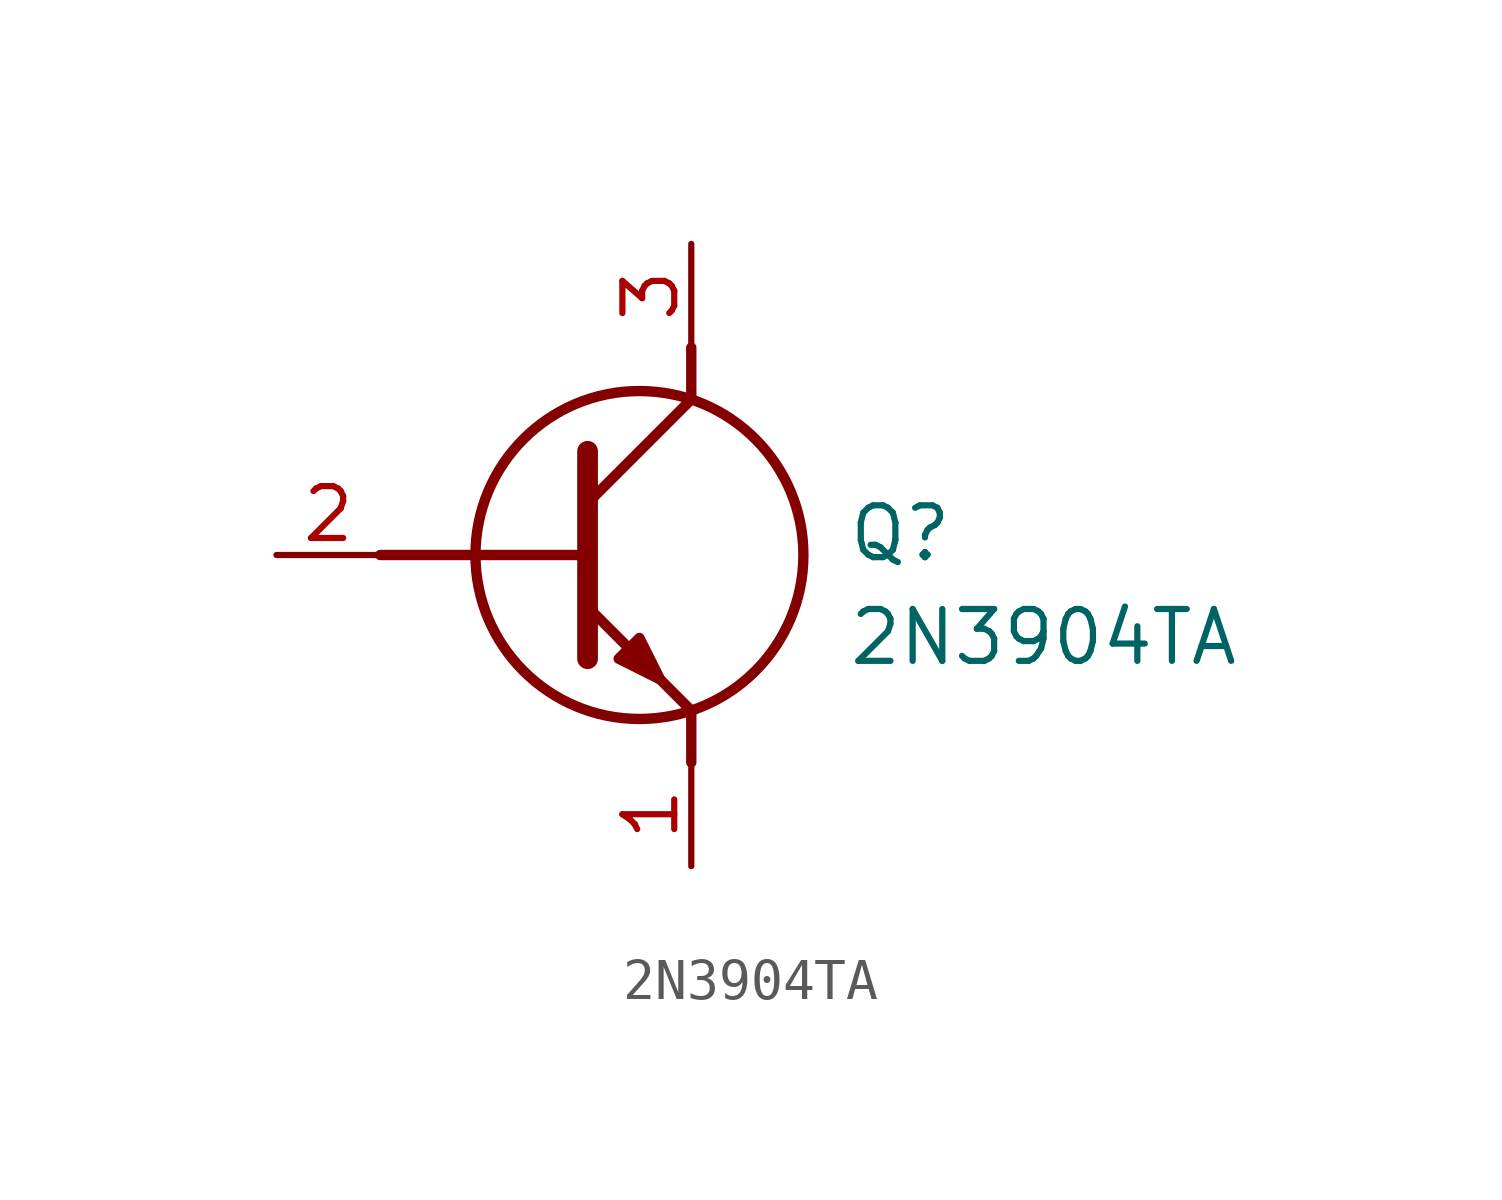
<source format=kicad_sym>
(kicad_symbol_lib
  (version 20220914)
  (generator SamacSys_ECAD_Model)
  (symbol "2N3904TA"
    (pin_names hide)
    (property "Reference" "Q"
      (at 13.97 1.27 0)
      (effects (font (size 1.27 1.27)) (justify left top)))
    (property "Value" "2N3904TA"
      (at 13.97 -1.27 0)
      (effects (font (size 1.27 1.27)) (justify left top)))
    (polyline
      (pts (xy 7.62 2.54) (xy 7.62 -2.54))
      (stroke (width 0.508) (type default))
      (fill (type none)))
    (polyline
      (pts (xy 7.62 1.27) (xy 10.16 3.81))
      (stroke (width 0.254) (type default))
      (fill (type none)))
    (polyline
      (pts (xy 7.62 -1.27) (xy 10.16 -3.81))
      (stroke (width 0.254) (type default))
      (fill (type none)))
    (polyline
      (pts (xy 10.16 -3.81) (xy 10.16 -5.08))
      (stroke (width 0.254) (type default))
      (fill (type none)))
    (polyline
      (pts (xy 10.16 3.81) (xy 10.16 5.08))
      (stroke (width 0.254) (type default))
      (fill (type none)))
    (polyline
      (pts (xy 2.54 0) (xy 7.62 0))
      (stroke (width 0.254) (type default))
      (fill (type none)))
    (circle
      (center 8.89 0)
      (radius 4.016)
      (stroke (width 0.254) (type default))
      (fill (type none)))
    (polyline
      (pts (xy 8.382 -2.54) (xy 8.89 -2.032) (xy 9.398 -3.048) (xy 8.382 -2.54))
      (stroke (width 0.254) (type default))
      (fill (type outline)))
    (pin passive line
      (at 0 0 0)
      (length 2.54)
      (name "B" (effects (font (size 1.27 1.27))))
      (number "2" (effects (font (size 1.27 1.27)))))
    (pin passive line
      (at 10.16 -7.62 90)
      (length 2.54)
      (name "E" (effects (font (size 1.27 1.27))))
      (number "1" (effects (font (size 1.27 1.27)))))
    (pin passive line
      (at 10.16 7.62 270)
      (length 2.54)
      (name "C" (effects (font (size 1.27 1.27))))
      (number "3" (effects (font (size 1.27 1.27)))))))
</source>
